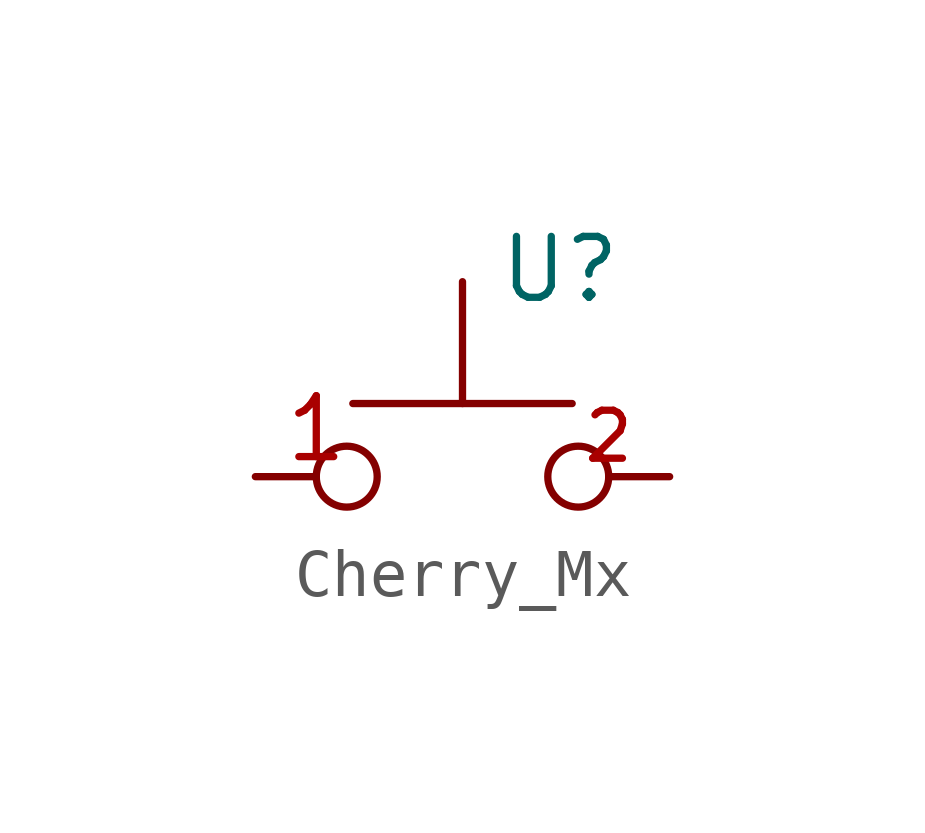
<source format=kicad_sym>
(kicad_symbol_lib
  (version 20220914)
  (generator kicad_symbol_editor)
  (symbol "Cherry_Mx"
    (property "Reference" "U"
      (at 1.016 4.064 0)
      (effects (font (size 1.27 1.27))))
    (property "Value" ""
      (at 0 0 0)
      (effects (font (size 1.27 1.27))))
    (symbol "Cherry_Mx_0_1"
      (polyline (pts (xy -3.302 1.27) (xy 1.27 1.27)) (stroke (width 0) (type default)) (fill (type none)))
      (polyline (pts (xy -1.016 1.27) (xy -1.016 3.81)) (stroke (width 0) (type default)) (fill (type none))))
    (symbol "Cherry_Mx_1_1"
      (pin input inverted (at -5.334 -0.254 0) (length 2.54) (name "" (effects (font (size 1.27 1.27)))) (number "1" (effects (font (size 1.27 1.27)))))
      (pin input inverted (at 3.302 -0.254 180) (length 2.54) (name "" (effects (font (size 1 1)))) (number "2" (effects (font (size 1 1))))))))
</source>
